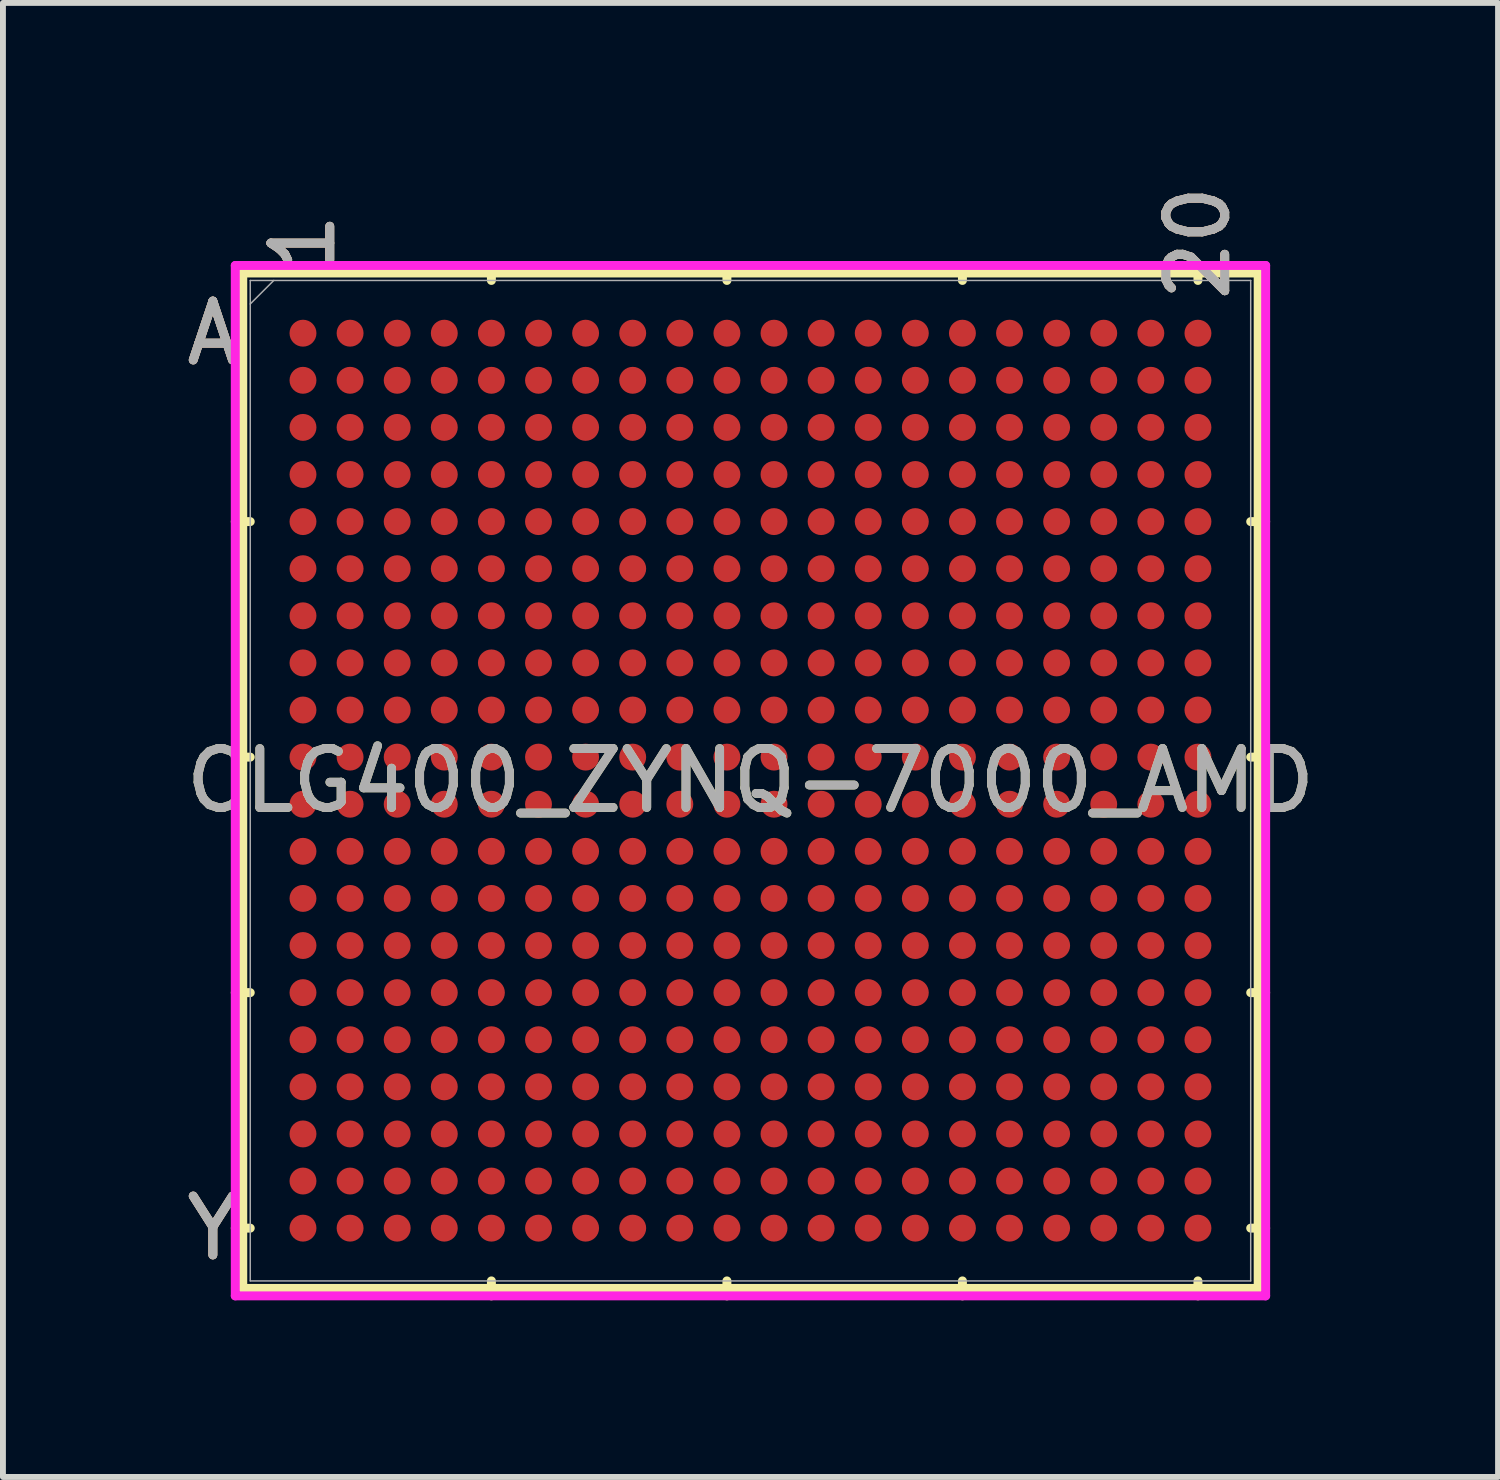
<source format=kicad_pcb>
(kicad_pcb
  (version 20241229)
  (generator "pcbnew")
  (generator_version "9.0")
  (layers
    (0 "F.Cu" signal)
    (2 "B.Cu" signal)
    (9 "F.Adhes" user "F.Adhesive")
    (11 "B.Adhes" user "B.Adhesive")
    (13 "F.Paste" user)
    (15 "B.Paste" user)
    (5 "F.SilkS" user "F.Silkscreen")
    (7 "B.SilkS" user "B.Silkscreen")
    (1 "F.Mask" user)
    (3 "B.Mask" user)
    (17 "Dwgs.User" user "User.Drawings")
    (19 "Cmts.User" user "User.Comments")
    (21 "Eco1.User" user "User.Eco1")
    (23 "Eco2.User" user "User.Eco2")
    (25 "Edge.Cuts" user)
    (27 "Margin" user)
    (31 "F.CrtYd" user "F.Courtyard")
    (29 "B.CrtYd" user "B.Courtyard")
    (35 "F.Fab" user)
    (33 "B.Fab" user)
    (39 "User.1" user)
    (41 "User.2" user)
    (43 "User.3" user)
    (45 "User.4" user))
  (footprint "CLG400_ZYNQ-7000_AMD"
    (layer "F.Cu")
    (at 9.696 10.209)
    (property "Reference" "CLG400_ZYNQ-7000_AMD" (at 0 0 0) (unlocked yes) (layer "F.SilkS") (effects (font (size 1 1) (thickness 0.15))))
    (attr smd)
    (fp_line (start -8.623 -8.623) (end -8.623 8.623) (stroke (width 0.152) (type solid)) (layer "F.SilkS"))
    (fp_line (start -8.623 8.623) (end 8.623 8.623) (stroke (width 0.152) (type solid)) (layer "F.SilkS"))
    (fp_line (start -8.496 -4.4) (end -8.75 -4.4) (stroke (width 0.152) (type solid)) (layer "F.SilkS"))
    (fp_line (start -8.496 -0.4) (end -8.75 -0.4) (stroke (width 0.152) (type solid)) (layer "F.SilkS"))
    (fp_line (start -8.496 3.6) (end -8.75 3.6) (stroke (width 0.152) (type solid)) (layer "F.SilkS"))
    (fp_line (start -8.496 7.6) (end -8.75 7.6) (stroke (width 0.152) (type solid)) (layer "F.SilkS"))
    (fp_line (start -4.4 -8.496) (end -4.4 -8.75) (stroke (width 0.152) (type solid)) (layer "F.SilkS"))
    (fp_line (start -4.4 8.496) (end -4.4 8.75) (stroke (width 0.152) (type solid)) (layer "F.SilkS"))
    (fp_line (start -0.4 -8.496) (end -0.4 -8.75) (stroke (width 0.152) (type solid)) (layer "F.SilkS"))
    (fp_line (start -0.4 8.496) (end -0.4 8.75) (stroke (width 0.152) (type solid)) (layer "F.SilkS"))
    (fp_line (start 3.6 -8.496) (end 3.6 -8.75) (stroke (width 0.152) (type solid)) (layer "F.SilkS"))
    (fp_line (start 3.6 8.496) (end 3.6 8.75) (stroke (width 0.152) (type solid)) (layer "F.SilkS"))
    (fp_line (start 7.6 -8.496) (end 7.6 -8.75) (stroke (width 0.152) (type solid)) (layer "F.SilkS"))
    (fp_line (start 7.6 8.496) (end 7.6 8.75) (stroke (width 0.152) (type solid)) (layer "F.SilkS"))
    (fp_line (start 8.496 -4.4) (end 8.75 -4.4) (stroke (width 0.152) (type solid)) (layer "F.SilkS"))
    (fp_line (start 8.496 -0.4) (end 8.75 -0.4) (stroke (width 0.152) (type solid)) (layer "F.SilkS"))
    (fp_line (start 8.496 3.6) (end 8.75 3.6) (stroke (width 0.152) (type solid)) (layer "F.SilkS"))
    (fp_line (start 8.496 7.6) (end 8.75 7.6) (stroke (width 0.152) (type solid)) (layer "F.SilkS"))
    (fp_line (start 8.623 -8.623) (end -8.623 -8.623) (stroke (width 0.152) (type solid)) (layer "F.SilkS"))
    (fp_line (start 8.623 8.623) (end 8.623 -8.623) (stroke (width 0.152) (type solid)) (layer "F.SilkS"))
    (fp_line (start -8.75 -8.75) (end 8.75 -8.75) (stroke (width 0.152) (type solid)) (layer "F.CrtYd"))
    (fp_line (start -8.75 8.75) (end -8.75 -8.75) (stroke (width 0.152) (type solid)) (layer "F.CrtYd"))
    (fp_line (start 8.75 -8.75) (end 8.75 8.75) (stroke (width 0.152) (type solid)) (layer "F.CrtYd"))
    (fp_line (start 8.75 8.75) (end -8.75 8.75) (stroke (width 0.152) (type solid)) (layer "F.CrtYd"))
    (fp_line (start -8.496 -8.496) (end -8.496 8.496) (stroke (width 0.025) (type solid)) (layer "F.Fab"))
    (fp_line (start -8.496 8.496) (end 8.496 8.496) (stroke (width 0.025) (type solid)) (layer "F.Fab"))
    (fp_line (start -8.096 -8.496) (end -8.496 -8.096) (stroke (width 0.025) (type solid)) (layer "F.Fab"))
    (fp_line (start 8.496 -8.496) (end -8.496 -8.496) (stroke (width 0.025) (type solid)) (layer "F.Fab"))
    (fp_line (start 8.496 8.496) (end 8.496 -8.496) (stroke (width 0.025) (type solid)) (layer "F.Fab"))
    (fp_text user "Y" (at -9.131 7.6 0) (unlocked yes) (layer "F.SilkS") (effects (font (size 1 1) (thickness 0.15))))
    (fp_text user "20" (at 7.6 -9.131 90) (unlocked yes) (layer "F.SilkS") (effects (font (size 1 1) (thickness 0.15))))
    (fp_text user "1" (at -7.6 -9.131 90) (unlocked yes) (layer "F.SilkS") (effects (font (size 1 1) (thickness 0.15))))
    (fp_text user "A" (at -9.131 -7.6 0) (unlocked yes) (layer "F.SilkS") (effects (font (size 1 1) (thickness 0.15))))
    (fp_text user "Y" (at -9.131 7.6 0) (unlocked yes) (layer "B.SilkS") (effects (font (size 1 1) (thickness 0.15))))
    (fp_text user "20" (at 7.6 -9.131 90) (unlocked yes) (layer "B.SilkS") (effects (font (size 1 1) (thickness 0.15))))
    (fp_text user "1" (at -7.6 -9.131 90) (unlocked yes) (layer "B.SilkS") (effects (font (size 1 1) (thickness 0.15))))
    (fp_text user "A" (at -9.131 -7.6 0) (unlocked yes) (layer "B.SilkS") (effects (font (size 1 1) (thickness 0.15))))
    (fp_text user "${REFERENCE}" (at 0 0 0) (unlocked yes) (layer "F.Fab") (effects (font (size 1 1) (thickness 0.15))))
    (fp_text user "20" (at 7.6 -9.131 90) (unlocked yes) (layer "F.Fab") (effects (font (size 1 1) (thickness 0.15))))
    (fp_text user "1" (at -7.6 -9.131 90) (unlocked yes) (layer "F.Fab") (effects (font (size 1 1) (thickness 0.15))))
    (fp_text user "Y" (at -9.131 7.6 0) (unlocked yes) (layer "F.Fab") (effects (font (size 1 1) (thickness 0.15))))
    (fp_text user "A" (at -9.131 -7.6 0) (unlocked yes) (layer "F.Fab") (effects (font (size 1 1) (thickness 0.15))))
    (pad "A1" smd circle (at -7.6 -7.6) (size 0.457 0.457) (layers "F.Cu" "F.Mask" "F.Paste"))
    (pad "A2" smd circle (at -6.8 -7.6) (size 0.457 0.457) (layers "F.Cu" "F.Mask" "F.Paste"))
    (pad "A3" smd circle (at -6 -7.6) (size 0.457 0.457) (layers "F.Cu" "F.Mask" "F.Paste"))
    (pad "A4" smd circle (at -5.2 -7.6) (size 0.457 0.457) (layers "F.Cu" "F.Mask" "F.Paste"))
    (pad "A5" smd circle (at -4.4 -7.6) (size 0.457 0.457) (layers "F.Cu" "F.Mask" "F.Paste"))
    (pad "A6" smd circle (at -3.6 -7.6) (size 0.457 0.457) (layers "F.Cu" "F.Mask" "F.Paste"))
    (pad "A7" smd circle (at -2.8 -7.6) (size 0.457 0.457) (layers "F.Cu" "F.Mask" "F.Paste"))
    (pad "A8" smd circle (at -2 -7.6) (size 0.457 0.457) (layers "F.Cu" "F.Mask" "F.Paste"))
    (pad "A9" smd circle (at -1.2 -7.6) (size 0.457 0.457) (layers "F.Cu" "F.Mask" "F.Paste"))
    (pad "A10" smd circle (at -0.4 -7.6) (size 0.457 0.457) (layers "F.Cu" "F.Mask" "F.Paste"))
    (pad "A11" smd circle (at 0.4 -7.6) (size 0.457 0.457) (layers "F.Cu" "F.Mask" "F.Paste"))
    (pad "A12" smd circle (at 1.2 -7.6) (size 0.457 0.457) (layers "F.Cu" "F.Mask" "F.Paste"))
    (pad "A13" smd circle (at 2 -7.6) (size 0.457 0.457) (layers "F.Cu" "F.Mask" "F.Paste"))
    (pad "A14" smd circle (at 2.8 -7.6) (size 0.457 0.457) (layers "F.Cu" "F.Mask" "F.Paste"))
    (pad "A15" smd circle (at 3.6 -7.6) (size 0.457 0.457) (layers "F.Cu" "F.Mask" "F.Paste"))
    (pad "A16" smd circle (at 4.4 -7.6) (size 0.457 0.457) (layers "F.Cu" "F.Mask" "F.Paste"))
    (pad "A17" smd circle (at 5.2 -7.6) (size 0.457 0.457) (layers "F.Cu" "F.Mask" "F.Paste"))
    (pad "A18" smd circle (at 6 -7.6) (size 0.457 0.457) (layers "F.Cu" "F.Mask" "F.Paste"))
    (pad "A19" smd circle (at 6.8 -7.6) (size 0.457 0.457) (layers "F.Cu" "F.Mask" "F.Paste"))
    (pad "A20" smd circle (at 7.6 -7.6) (size 0.457 0.457) (layers "F.Cu" "F.Mask" "F.Paste"))
    (pad "B1" smd circle (at -7.6 -6.8) (size 0.457 0.457) (layers "F.Cu" "F.Mask" "F.Paste"))
    (pad "B2" smd circle (at -6.8 -6.8) (size 0.457 0.457) (layers "F.Cu" "F.Mask" "F.Paste"))
    (pad "B3" smd circle (at -6 -6.8) (size 0.457 0.457) (layers "F.Cu" "F.Mask" "F.Paste"))
    (pad "B4" smd circle (at -5.2 -6.8) (size 0.457 0.457) (layers "F.Cu" "F.Mask" "F.Paste"))
    (pad "B5" smd circle (at -4.4 -6.8) (size 0.457 0.457) (layers "F.Cu" "F.Mask" "F.Paste"))
    (pad "B6" smd circle (at -3.6 -6.8) (size 0.457 0.457) (layers "F.Cu" "F.Mask" "F.Paste"))
    (pad "B7" smd circle (at -2.8 -6.8) (size 0.457 0.457) (layers "F.Cu" "F.Mask" "F.Paste"))
    (pad "B8" smd circle (at -2 -6.8) (size 0.457 0.457) (layers "F.Cu" "F.Mask" "F.Paste"))
    (pad "B9" smd circle (at -1.2 -6.8) (size 0.457 0.457) (layers "F.Cu" "F.Mask" "F.Paste"))
    (pad "B10" smd circle (at -0.4 -6.8) (size 0.457 0.457) (layers "F.Cu" "F.Mask" "F.Paste"))
    (pad "B11" smd circle (at 0.4 -6.8) (size 0.457 0.457) (layers "F.Cu" "F.Mask" "F.Paste"))
    (pad "B12" smd circle (at 1.2 -6.8) (size 0.457 0.457) (layers "F.Cu" "F.Mask" "F.Paste"))
    (pad "B13" smd circle (at 2 -6.8) (size 0.457 0.457) (layers "F.Cu" "F.Mask" "F.Paste"))
    (pad "B14" smd circle (at 2.8 -6.8) (size 0.457 0.457) (layers "F.Cu" "F.Mask" "F.Paste"))
    (pad "B15" smd circle (at 3.6 -6.8) (size 0.457 0.457) (layers "F.Cu" "F.Mask" "F.Paste"))
    (pad "B16" smd circle (at 4.4 -6.8) (size 0.457 0.457) (layers "F.Cu" "F.Mask" "F.Paste"))
    (pad "B17" smd circle (at 5.2 -6.8) (size 0.457 0.457) (layers "F.Cu" "F.Mask" "F.Paste"))
    (pad "B18" smd circle (at 6 -6.8) (size 0.457 0.457) (layers "F.Cu" "F.Mask" "F.Paste"))
    (pad "B19" smd circle (at 6.8 -6.8) (size 0.457 0.457) (layers "F.Cu" "F.Mask" "F.Paste"))
    (pad "B20" smd circle (at 7.6 -6.8) (size 0.457 0.457) (layers "F.Cu" "F.Mask" "F.Paste"))
    (pad "C1" smd circle (at -7.6 -6) (size 0.457 0.457) (layers "F.Cu" "F.Mask" "F.Paste"))
    (pad "C2" smd circle (at -6.8 -6) (size 0.457 0.457) (layers "F.Cu" "F.Mask" "F.Paste"))
    (pad "C3" smd circle (at -6 -6) (size 0.457 0.457) (layers "F.Cu" "F.Mask" "F.Paste"))
    (pad "C4" smd circle (at -5.2 -6) (size 0.457 0.457) (layers "F.Cu" "F.Mask" "F.Paste"))
    (pad "C5" smd circle (at -4.4 -6) (size 0.457 0.457) (layers "F.Cu" "F.Mask" "F.Paste"))
    (pad "C6" smd circle (at -3.6 -6) (size 0.457 0.457) (layers "F.Cu" "F.Mask" "F.Paste"))
    (pad "C7" smd circle (at -2.8 -6) (size 0.457 0.457) (layers "F.Cu" "F.Mask" "F.Paste"))
    (pad "C8" smd circle (at -2 -6) (size 0.457 0.457) (layers "F.Cu" "F.Mask" "F.Paste"))
    (pad "C9" smd circle (at -1.2 -6) (size 0.457 0.457) (layers "F.Cu" "F.Mask" "F.Paste"))
    (pad "C10" smd circle (at -0.4 -6) (size 0.457 0.457) (layers "F.Cu" "F.Mask" "F.Paste"))
    (pad "C11" smd circle (at 0.4 -6) (size 0.457 0.457) (layers "F.Cu" "F.Mask" "F.Paste"))
    (pad "C12" smd circle (at 1.2 -6) (size 0.457 0.457) (layers "F.Cu" "F.Mask" "F.Paste"))
    (pad "C13" smd circle (at 2 -6) (size 0.457 0.457) (layers "F.Cu" "F.Mask" "F.Paste"))
    (pad "C14" smd circle (at 2.8 -6) (size 0.457 0.457) (layers "F.Cu" "F.Mask" "F.Paste"))
    (pad "C15" smd circle (at 3.6 -6) (size 0.457 0.457) (layers "F.Cu" "F.Mask" "F.Paste"))
    (pad "C16" smd circle (at 4.4 -6) (size 0.457 0.457) (layers "F.Cu" "F.Mask" "F.Paste"))
    (pad "C17" smd circle (at 5.2 -6) (size 0.457 0.457) (layers "F.Cu" "F.Mask" "F.Paste"))
    (pad "C18" smd circle (at 6 -6) (size 0.457 0.457) (layers "F.Cu" "F.Mask" "F.Paste"))
    (pad "C19" smd circle (at 6.8 -6) (size 0.457 0.457) (layers "F.Cu" "F.Mask" "F.Paste"))
    (pad "C20" smd circle (at 7.6 -6) (size 0.457 0.457) (layers "F.Cu" "F.Mask" "F.Paste"))
    (pad "D1" smd circle (at -7.6 -5.2) (size 0.457 0.457) (layers "F.Cu" "F.Mask" "F.Paste"))
    (pad "D2" smd circle (at -6.8 -5.2) (size 0.457 0.457) (layers "F.Cu" "F.Mask" "F.Paste"))
    (pad "D3" smd circle (at -6 -5.2) (size 0.457 0.457) (layers "F.Cu" "F.Mask" "F.Paste"))
    (pad "D4" smd circle (at -5.2 -5.2) (size 0.457 0.457) (layers "F.Cu" "F.Mask" "F.Paste"))
    (pad "D5" smd circle (at -4.4 -5.2) (size 0.457 0.457) (layers "F.Cu" "F.Mask" "F.Paste"))
    (pad "D6" smd circle (at -3.6 -5.2) (size 0.457 0.457) (layers "F.Cu" "F.Mask" "F.Paste"))
    (pad "D7" smd circle (at -2.8 -5.2) (size 0.457 0.457) (layers "F.Cu" "F.Mask" "F.Paste"))
    (pad "D8" smd circle (at -2 -5.2) (size 0.457 0.457) (layers "F.Cu" "F.Mask" "F.Paste"))
    (pad "D9" smd circle (at -1.2 -5.2) (size 0.457 0.457) (layers "F.Cu" "F.Mask" "F.Paste"))
    (pad "D10" smd circle (at -0.4 -5.2) (size 0.457 0.457) (layers "F.Cu" "F.Mask" "F.Paste"))
    (pad "D11" smd circle (at 0.4 -5.2) (size 0.457 0.457) (layers "F.Cu" "F.Mask" "F.Paste"))
    (pad "D12" smd circle (at 1.2 -5.2) (size 0.457 0.457) (layers "F.Cu" "F.Mask" "F.Paste"))
    (pad "D13" smd circle (at 2 -5.2) (size 0.457 0.457) (layers "F.Cu" "F.Mask" "F.Paste"))
    (pad "D14" smd circle (at 2.8 -5.2) (size 0.457 0.457) (layers "F.Cu" "F.Mask" "F.Paste"))
    (pad "D15" smd circle (at 3.6 -5.2) (size 0.457 0.457) (layers "F.Cu" "F.Mask" "F.Paste"))
    (pad "D16" smd circle (at 4.4 -5.2) (size 0.457 0.457) (layers "F.Cu" "F.Mask" "F.Paste"))
    (pad "D17" smd circle (at 5.2 -5.2) (size 0.457 0.457) (layers "F.Cu" "F.Mask" "F.Paste"))
    (pad "D18" smd circle (at 6 -5.2) (size 0.457 0.457) (layers "F.Cu" "F.Mask" "F.Paste"))
    (pad "D19" smd circle (at 6.8 -5.2) (size 0.457 0.457) (layers "F.Cu" "F.Mask" "F.Paste"))
    (pad "D20" smd circle (at 7.6 -5.2) (size 0.457 0.457) (layers "F.Cu" "F.Mask" "F.Paste"))
    (pad "E1" smd circle (at -7.6 -4.4) (size 0.457 0.457) (layers "F.Cu" "F.Mask" "F.Paste"))
    (pad "E2" smd circle (at -6.8 -4.4) (size 0.457 0.457) (layers "F.Cu" "F.Mask" "F.Paste"))
    (pad "E3" smd circle (at -6 -4.4) (size 0.457 0.457) (layers "F.Cu" "F.Mask" "F.Paste"))
    (pad "E4" smd circle (at -5.2 -4.4) (size 0.457 0.457) (layers "F.Cu" "F.Mask" "F.Paste"))
    (pad "E5" smd circle (at -4.4 -4.4) (size 0.457 0.457) (layers "F.Cu" "F.Mask" "F.Paste"))
    (pad "E6" smd circle (at -3.6 -4.4) (size 0.457 0.457) (layers "F.Cu" "F.Mask" "F.Paste"))
    (pad "E7" smd circle (at -2.8 -4.4) (size 0.457 0.457) (layers "F.Cu" "F.Mask" "F.Paste"))
    (pad "E8" smd circle (at -2 -4.4) (size 0.457 0.457) (layers "F.Cu" "F.Mask" "F.Paste"))
    (pad "E9" smd circle (at -1.2 -4.4) (size 0.457 0.457) (layers "F.Cu" "F.Mask" "F.Paste"))
    (pad "E10" smd circle (at -0.4 -4.4) (size 0.457 0.457) (layers "F.Cu" "F.Mask" "F.Paste"))
    (pad "E11" smd circle (at 0.4 -4.4) (size 0.457 0.457) (layers "F.Cu" "F.Mask" "F.Paste"))
    (pad "E12" smd circle (at 1.2 -4.4) (size 0.457 0.457) (layers "F.Cu" "F.Mask" "F.Paste"))
    (pad "E13" smd circle (at 2 -4.4) (size 0.457 0.457) (layers "F.Cu" "F.Mask" "F.Paste"))
    (pad "E14" smd circle (at 2.8 -4.4) (size 0.457 0.457) (layers "F.Cu" "F.Mask" "F.Paste"))
    (pad "E15" smd circle (at 3.6 -4.4) (size 0.457 0.457) (layers "F.Cu" "F.Mask" "F.Paste"))
    (pad "E16" smd circle (at 4.4 -4.4) (size 0.457 0.457) (layers "F.Cu" "F.Mask" "F.Paste"))
    (pad "E17" smd circle (at 5.2 -4.4) (size 0.457 0.457) (layers "F.Cu" "F.Mask" "F.Paste"))
    (pad "E18" smd circle (at 6 -4.4) (size 0.457 0.457) (layers "F.Cu" "F.Mask" "F.Paste"))
    (pad "E19" smd circle (at 6.8 -4.4) (size 0.457 0.457) (layers "F.Cu" "F.Mask" "F.Paste"))
    (pad "E20" smd circle (at 7.6 -4.4) (size 0.457 0.457) (layers "F.Cu" "F.Mask" "F.Paste"))
    (pad "F1" smd circle (at -7.6 -3.6) (size 0.457 0.457) (layers "F.Cu" "F.Mask" "F.Paste"))
    (pad "F2" smd circle (at -6.8 -3.6) (size 0.457 0.457) (layers "F.Cu" "F.Mask" "F.Paste"))
    (pad "F3" smd circle (at -6 -3.6) (size 0.457 0.457) (layers "F.Cu" "F.Mask" "F.Paste"))
    (pad "F4" smd circle (at -5.2 -3.6) (size 0.457 0.457) (layers "F.Cu" "F.Mask" "F.Paste"))
    (pad "F5" smd circle (at -4.4 -3.6) (size 0.457 0.457) (layers "F.Cu" "F.Mask" "F.Paste"))
    (pad "F6" smd circle (at -3.6 -3.6) (size 0.457 0.457) (layers "F.Cu" "F.Mask" "F.Paste"))
    (pad "F7" smd circle (at -2.8 -3.6) (size 0.457 0.457) (layers "F.Cu" "F.Mask" "F.Paste"))
    (pad "F8" smd circle (at -2 -3.6) (size 0.457 0.457) (layers "F.Cu" "F.Mask" "F.Paste"))
    (pad "F9" smd circle (at -1.2 -3.6) (size 0.457 0.457) (layers "F.Cu" "F.Mask" "F.Paste"))
    (pad "F10" smd circle (at -0.4 -3.6) (size 0.457 0.457) (layers "F.Cu" "F.Mask" "F.Paste"))
    (pad "F11" smd circle (at 0.4 -3.6) (size 0.457 0.457) (layers "F.Cu" "F.Mask" "F.Paste"))
    (pad "F12" smd circle (at 1.2 -3.6) (size 0.457 0.457) (layers "F.Cu" "F.Mask" "F.Paste"))
    (pad "F13" smd circle (at 2 -3.6) (size 0.457 0.457) (layers "F.Cu" "F.Mask" "F.Paste"))
    (pad "F14" smd circle (at 2.8 -3.6) (size 0.457 0.457) (layers "F.Cu" "F.Mask" "F.Paste"))
    (pad "F15" smd circle (at 3.6 -3.6) (size 0.457 0.457) (layers "F.Cu" "F.Mask" "F.Paste"))
    (pad "F16" smd circle (at 4.4 -3.6) (size 0.457 0.457) (layers "F.Cu" "F.Mask" "F.Paste"))
    (pad "F17" smd circle (at 5.2 -3.6) (size 0.457 0.457) (layers "F.Cu" "F.Mask" "F.Paste"))
    (pad "F18" smd circle (at 6 -3.6) (size 0.457 0.457) (layers "F.Cu" "F.Mask" "F.Paste"))
    (pad "F19" smd circle (at 6.8 -3.6) (size 0.457 0.457) (layers "F.Cu" "F.Mask" "F.Paste"))
    (pad "F20" smd circle (at 7.6 -3.6) (size 0.457 0.457) (layers "F.Cu" "F.Mask" "F.Paste"))
    (pad "G1" smd circle (at -7.6 -2.8) (size 0.457 0.457) (layers "F.Cu" "F.Mask" "F.Paste"))
    (pad "G2" smd circle (at -6.8 -2.8) (size 0.457 0.457) (layers "F.Cu" "F.Mask" "F.Paste"))
    (pad "G3" smd circle (at -6 -2.8) (size 0.457 0.457) (layers "F.Cu" "F.Mask" "F.Paste"))
    (pad "G4" smd circle (at -5.2 -2.8) (size 0.457 0.457) (layers "F.Cu" "F.Mask" "F.Paste"))
    (pad "G5" smd circle (at -4.4 -2.8) (size 0.457 0.457) (layers "F.Cu" "F.Mask" "F.Paste"))
    (pad "G6" smd circle (at -3.6 -2.8) (size 0.457 0.457) (layers "F.Cu" "F.Mask" "F.Paste"))
    (pad "G7" smd circle (at -2.8 -2.8) (size 0.457 0.457) (layers "F.Cu" "F.Mask" "F.Paste"))
    (pad "G8" smd circle (at -2 -2.8) (size 0.457 0.457) (layers "F.Cu" "F.Mask" "F.Paste"))
    (pad "G9" smd circle (at -1.2 -2.8) (size 0.457 0.457) (layers "F.Cu" "F.Mask" "F.Paste"))
    (pad "G10" smd circle (at -0.4 -2.8) (size 0.457 0.457) (layers "F.Cu" "F.Mask" "F.Paste"))
    (pad "G11" smd circle (at 0.4 -2.8) (size 0.457 0.457) (layers "F.Cu" "F.Mask" "F.Paste"))
    (pad "G12" smd circle (at 1.2 -2.8) (size 0.457 0.457) (layers "F.Cu" "F.Mask" "F.Paste"))
    (pad "G13" smd circle (at 2 -2.8) (size 0.457 0.457) (layers "F.Cu" "F.Mask" "F.Paste"))
    (pad "G14" smd circle (at 2.8 -2.8) (size 0.457 0.457) (layers "F.Cu" "F.Mask" "F.Paste"))
    (pad "G15" smd circle (at 3.6 -2.8) (size 0.457 0.457) (layers "F.Cu" "F.Mask" "F.Paste"))
    (pad "G16" smd circle (at 4.4 -2.8) (size 0.457 0.457) (layers "F.Cu" "F.Mask" "F.Paste"))
    (pad "G17" smd circle (at 5.2 -2.8) (size 0.457 0.457) (layers "F.Cu" "F.Mask" "F.Paste"))
    (pad "G18" smd circle (at 6 -2.8) (size 0.457 0.457) (layers "F.Cu" "F.Mask" "F.Paste"))
    (pad "G19" smd circle (at 6.8 -2.8) (size 0.457 0.457) (layers "F.Cu" "F.Mask" "F.Paste"))
    (pad "G20" smd circle (at 7.6 -2.8) (size 0.457 0.457) (layers "F.Cu" "F.Mask" "F.Paste"))
    (pad "H1" smd circle (at -7.6 -2) (size 0.457 0.457) (layers "F.Cu" "F.Mask" "F.Paste"))
    (pad "H2" smd circle (at -6.8 -2) (size 0.457 0.457) (layers "F.Cu" "F.Mask" "F.Paste"))
    (pad "H3" smd circle (at -6 -2) (size 0.457 0.457) (layers "F.Cu" "F.Mask" "F.Paste"))
    (pad "H4" smd circle (at -5.2 -2) (size 0.457 0.457) (layers "F.Cu" "F.Mask" "F.Paste"))
    (pad "H5" smd circle (at -4.4 -2) (size 0.457 0.457) (layers "F.Cu" "F.Mask" "F.Paste"))
    (pad "H6" smd circle (at -3.6 -2) (size 0.457 0.457) (layers "F.Cu" "F.Mask" "F.Paste"))
    (pad "H7" smd circle (at -2.8 -2) (size 0.457 0.457) (layers "F.Cu" "F.Mask" "F.Paste"))
    (pad "H8" smd circle (at -2 -2) (size 0.457 0.457) (layers "F.Cu" "F.Mask" "F.Paste"))
    (pad "H9" smd circle (at -1.2 -2) (size 0.457 0.457) (layers "F.Cu" "F.Mask" "F.Paste"))
    (pad "H10" smd circle (at -0.4 -2) (size 0.457 0.457) (layers "F.Cu" "F.Mask" "F.Paste"))
    (pad "H11" smd circle (at 0.4 -2) (size 0.457 0.457) (layers "F.Cu" "F.Mask" "F.Paste"))
    (pad "H12" smd circle (at 1.2 -2) (size 0.457 0.457) (layers "F.Cu" "F.Mask" "F.Paste"))
    (pad "H13" smd circle (at 2 -2) (size 0.457 0.457) (layers "F.Cu" "F.Mask" "F.Paste"))
    (pad "H14" smd circle (at 2.8 -2) (size 0.457 0.457) (layers "F.Cu" "F.Mask" "F.Paste"))
    (pad "H15" smd circle (at 3.6 -2) (size 0.457 0.457) (layers "F.Cu" "F.Mask" "F.Paste"))
    (pad "H16" smd circle (at 4.4 -2) (size 0.457 0.457) (layers "F.Cu" "F.Mask" "F.Paste"))
    (pad "H17" smd circle (at 5.2 -2) (size 0.457 0.457) (layers "F.Cu" "F.Mask" "F.Paste"))
    (pad "H18" smd circle (at 6 -2) (size 0.457 0.457) (layers "F.Cu" "F.Mask" "F.Paste"))
    (pad "H19" smd circle (at 6.8 -2) (size 0.457 0.457) (layers "F.Cu" "F.Mask" "F.Paste"))
    (pad "H20" smd circle (at 7.6 -2) (size 0.457 0.457) (layers "F.Cu" "F.Mask" "F.Paste"))
    (pad "J1" smd circle (at -7.6 -1.2) (size 0.457 0.457) (layers "F.Cu" "F.Mask" "F.Paste"))
    (pad "J2" smd circle (at -6.8 -1.2) (size 0.457 0.457) (layers "F.Cu" "F.Mask" "F.Paste"))
    (pad "J3" smd circle (at -6 -1.2) (size 0.457 0.457) (layers "F.Cu" "F.Mask" "F.Paste"))
    (pad "J4" smd circle (at -5.2 -1.2) (size 0.457 0.457) (layers "F.Cu" "F.Mask" "F.Paste"))
    (pad "J5" smd circle (at -4.4 -1.2) (size 0.457 0.457) (layers "F.Cu" "F.Mask" "F.Paste"))
    (pad "J6" smd circle (at -3.6 -1.2) (size 0.457 0.457) (layers "F.Cu" "F.Mask" "F.Paste"))
    (pad "J7" smd circle (at -2.8 -1.2) (size 0.457 0.457) (layers "F.Cu" "F.Mask" "F.Paste"))
    (pad "J8" smd circle (at -2 -1.2) (size 0.457 0.457) (layers "F.Cu" "F.Mask" "F.Paste"))
    (pad "J9" smd circle (at -1.2 -1.2) (size 0.457 0.457) (layers "F.Cu" "F.Mask" "F.Paste"))
    (pad "J10" smd circle (at -0.4 -1.2) (size 0.457 0.457) (layers "F.Cu" "F.Mask" "F.Paste"))
    (pad "J11" smd circle (at 0.4 -1.2) (size 0.457 0.457) (layers "F.Cu" "F.Mask" "F.Paste"))
    (pad "J12" smd circle (at 1.2 -1.2) (size 0.457 0.457) (layers "F.Cu" "F.Mask" "F.Paste"))
    (pad "J13" smd circle (at 2 -1.2) (size 0.457 0.457) (layers "F.Cu" "F.Mask" "F.Paste"))
    (pad "J14" smd circle (at 2.8 -1.2) (size 0.457 0.457) (layers "F.Cu" "F.Mask" "F.Paste"))
    (pad "J15" smd circle (at 3.6 -1.2) (size 0.457 0.457) (layers "F.Cu" "F.Mask" "F.Paste"))
    (pad "J16" smd circle (at 4.4 -1.2) (size 0.457 0.457) (layers "F.Cu" "F.Mask" "F.Paste"))
    (pad "J17" smd circle (at 5.2 -1.2) (size 0.457 0.457) (layers "F.Cu" "F.Mask" "F.Paste"))
    (pad "J18" smd circle (at 6 -1.2) (size 0.457 0.457) (layers "F.Cu" "F.Mask" "F.Paste"))
    (pad "J19" smd circle (at 6.8 -1.2) (size 0.457 0.457) (layers "F.Cu" "F.Mask" "F.Paste"))
    (pad "J20" smd circle (at 7.6 -1.2) (size 0.457 0.457) (layers "F.Cu" "F.Mask" "F.Paste"))
    (pad "K1" smd circle (at -7.6 -0.4) (size 0.457 0.457) (layers "F.Cu" "F.Mask" "F.Paste"))
    (pad "K2" smd circle (at -6.8 -0.4) (size 0.457 0.457) (layers "F.Cu" "F.Mask" "F.Paste"))
    (pad "K3" smd circle (at -6 -0.4) (size 0.457 0.457) (layers "F.Cu" "F.Mask" "F.Paste"))
    (pad "K4" smd circle (at -5.2 -0.4) (size 0.457 0.457) (layers "F.Cu" "F.Mask" "F.Paste"))
    (pad "K5" smd circle (at -4.4 -0.4) (size 0.457 0.457) (layers "F.Cu" "F.Mask" "F.Paste"))
    (pad "K6" smd circle (at -3.6 -0.4) (size 0.457 0.457) (layers "F.Cu" "F.Mask" "F.Paste"))
    (pad "K7" smd circle (at -2.8 -0.4) (size 0.457 0.457) (layers "F.Cu" "F.Mask" "F.Paste"))
    (pad "K8" smd circle (at -2 -0.4) (size 0.457 0.457) (layers "F.Cu" "F.Mask" "F.Paste"))
    (pad "K9" smd circle (at -1.2 -0.4) (size 0.457 0.457) (layers "F.Cu" "F.Mask" "F.Paste"))
    (pad "K10" smd circle (at -0.4 -0.4) (size 0.457 0.457) (layers "F.Cu" "F.Mask" "F.Paste"))
    (pad "K11" smd circle (at 0.4 -0.4) (size 0.457 0.457) (layers "F.Cu" "F.Mask" "F.Paste"))
    (pad "K12" smd circle (at 1.2 -0.4) (size 0.457 0.457) (layers "F.Cu" "F.Mask" "F.Paste"))
    (pad "K13" smd circle (at 2 -0.4) (size 0.457 0.457) (layers "F.Cu" "F.Mask" "F.Paste"))
    (pad "K14" smd circle (at 2.8 -0.4) (size 0.457 0.457) (layers "F.Cu" "F.Mask" "F.Paste"))
    (pad "K15" smd circle (at 3.6 -0.4) (size 0.457 0.457) (layers "F.Cu" "F.Mask" "F.Paste"))
    (pad "K16" smd circle (at 4.4 -0.4) (size 0.457 0.457) (layers "F.Cu" "F.Mask" "F.Paste"))
    (pad "K17" smd circle (at 5.2 -0.4) (size 0.457 0.457) (layers "F.Cu" "F.Mask" "F.Paste"))
    (pad "K18" smd circle (at 6 -0.4) (size 0.457 0.457) (layers "F.Cu" "F.Mask" "F.Paste"))
    (pad "K19" smd circle (at 6.8 -0.4) (size 0.457 0.457) (layers "F.Cu" "F.Mask" "F.Paste"))
    (pad "K20" smd circle (at 7.6 -0.4) (size 0.457 0.457) (layers "F.Cu" "F.Mask" "F.Paste"))
    (pad "L1" smd circle (at -7.6 0.4) (size 0.457 0.457) (layers "F.Cu" "F.Mask" "F.Paste"))
    (pad "L2" smd circle (at -6.8 0.4) (size 0.457 0.457) (layers "F.Cu" "F.Mask" "F.Paste"))
    (pad "L3" smd circle (at -6 0.4) (size 0.457 0.457) (layers "F.Cu" "F.Mask" "F.Paste"))
    (pad "L4" smd circle (at -5.2 0.4) (size 0.457 0.457) (layers "F.Cu" "F.Mask" "F.Paste"))
    (pad "L5" smd circle (at -4.4 0.4) (size 0.457 0.457) (layers "F.Cu" "F.Mask" "F.Paste"))
    (pad "L6" smd circle (at -3.6 0.4) (size 0.457 0.457) (layers "F.Cu" "F.Mask" "F.Paste"))
    (pad "L7" smd circle (at -2.8 0.4) (size 0.457 0.457) (layers "F.Cu" "F.Mask" "F.Paste"))
    (pad "L8" smd circle (at -2 0.4) (size 0.457 0.457) (layers "F.Cu" "F.Mask" "F.Paste"))
    (pad "L9" smd circle (at -1.2 0.4) (size 0.457 0.457) (layers "F.Cu" "F.Mask" "F.Paste"))
    (pad "L10" smd circle (at -0.4 0.4) (size 0.457 0.457) (layers "F.Cu" "F.Mask" "F.Paste"))
    (pad "L11" smd circle (at 0.4 0.4) (size 0.457 0.457) (layers "F.Cu" "F.Mask" "F.Paste"))
    (pad "L12" smd circle (at 1.2 0.4) (size 0.457 0.457) (layers "F.Cu" "F.Mask" "F.Paste"))
    (pad "L13" smd circle (at 2 0.4) (size 0.457 0.457) (layers "F.Cu" "F.Mask" "F.Paste"))
    (pad "L14" smd circle (at 2.8 0.4) (size 0.457 0.457) (layers "F.Cu" "F.Mask" "F.Paste"))
    (pad "L15" smd circle (at 3.6 0.4) (size 0.457 0.457) (layers "F.Cu" "F.Mask" "F.Paste"))
    (pad "L16" smd circle (at 4.4 0.4) (size 0.457 0.457) (layers "F.Cu" "F.Mask" "F.Paste"))
    (pad "L17" smd circle (at 5.2 0.4) (size 0.457 0.457) (layers "F.Cu" "F.Mask" "F.Paste"))
    (pad "L18" smd circle (at 6 0.4) (size 0.457 0.457) (layers "F.Cu" "F.Mask" "F.Paste"))
    (pad "L19" smd circle (at 6.8 0.4) (size 0.457 0.457) (layers "F.Cu" "F.Mask" "F.Paste"))
    (pad "L20" smd circle (at 7.6 0.4) (size 0.457 0.457) (layers "F.Cu" "F.Mask" "F.Paste"))
    (pad "M1" smd circle (at -7.6 1.2) (size 0.457 0.457) (layers "F.Cu" "F.Mask" "F.Paste"))
    (pad "M2" smd circle (at -6.8 1.2) (size 0.457 0.457) (layers "F.Cu" "F.Mask" "F.Paste"))
    (pad "M3" smd circle (at -6 1.2) (size 0.457 0.457) (layers "F.Cu" "F.Mask" "F.Paste"))
    (pad "M4" smd circle (at -5.2 1.2) (size 0.457 0.457) (layers "F.Cu" "F.Mask" "F.Paste"))
    (pad "M5" smd circle (at -4.4 1.2) (size 0.457 0.457) (layers "F.Cu" "F.Mask" "F.Paste"))
    (pad "M6" smd circle (at -3.6 1.2) (size 0.457 0.457) (layers "F.Cu" "F.Mask" "F.Paste"))
    (pad "M7" smd circle (at -2.8 1.2) (size 0.457 0.457) (layers "F.Cu" "F.Mask" "F.Paste"))
    (pad "M8" smd circle (at -2 1.2) (size 0.457 0.457) (layers "F.Cu" "F.Mask" "F.Paste"))
    (pad "M9" smd circle (at -1.2 1.2) (size 0.457 0.457) (layers "F.Cu" "F.Mask" "F.Paste"))
    (pad "M10" smd circle (at -0.4 1.2) (size 0.457 0.457) (layers "F.Cu" "F.Mask" "F.Paste"))
    (pad "M11" smd circle (at 0.4 1.2) (size 0.457 0.457) (layers "F.Cu" "F.Mask" "F.Paste"))
    (pad "M12" smd circle (at 1.2 1.2) (size 0.457 0.457) (layers "F.Cu" "F.Mask" "F.Paste"))
    (pad "M13" smd circle (at 2 1.2) (size 0.457 0.457) (layers "F.Cu" "F.Mask" "F.Paste"))
    (pad "M14" smd circle (at 2.8 1.2) (size 0.457 0.457) (layers "F.Cu" "F.Mask" "F.Paste"))
    (pad "M15" smd circle (at 3.6 1.2) (size 0.457 0.457) (layers "F.Cu" "F.Mask" "F.Paste"))
    (pad "M16" smd circle (at 4.4 1.2) (size 0.457 0.457) (layers "F.Cu" "F.Mask" "F.Paste"))
    (pad "M17" smd circle (at 5.2 1.2) (size 0.457 0.457) (layers "F.Cu" "F.Mask" "F.Paste"))
    (pad "M18" smd circle (at 6 1.2) (size 0.457 0.457) (layers "F.Cu" "F.Mask" "F.Paste"))
    (pad "M19" smd circle (at 6.8 1.2) (size 0.457 0.457) (layers "F.Cu" "F.Mask" "F.Paste"))
    (pad "M20" smd circle (at 7.6 1.2) (size 0.457 0.457) (layers "F.Cu" "F.Mask" "F.Paste"))
    (pad "N1" smd circle (at -7.6 2) (size 0.457 0.457) (layers "F.Cu" "F.Mask" "F.Paste"))
    (pad "N2" smd circle (at -6.8 2) (size 0.457 0.457) (layers "F.Cu" "F.Mask" "F.Paste"))
    (pad "N3" smd circle (at -6 2) (size 0.457 0.457) (layers "F.Cu" "F.Mask" "F.Paste"))
    (pad "N4" smd circle (at -5.2 2) (size 0.457 0.457) (layers "F.Cu" "F.Mask" "F.Paste"))
    (pad "N5" smd circle (at -4.4 2) (size 0.457 0.457) (layers "F.Cu" "F.Mask" "F.Paste"))
    (pad "N6" smd circle (at -3.6 2) (size 0.457 0.457) (layers "F.Cu" "F.Mask" "F.Paste"))
    (pad "N7" smd circle (at -2.8 2) (size 0.457 0.457) (layers "F.Cu" "F.Mask" "F.Paste"))
    (pad "N8" smd circle (at -2 2) (size 0.457 0.457) (layers "F.Cu" "F.Mask" "F.Paste"))
    (pad "N9" smd circle (at -1.2 2) (size 0.457 0.457) (layers "F.Cu" "F.Mask" "F.Paste"))
    (pad "N10" smd circle (at -0.4 2) (size 0.457 0.457) (layers "F.Cu" "F.Mask" "F.Paste"))
    (pad "N11" smd circle (at 0.4 2) (size 0.457 0.457) (layers "F.Cu" "F.Mask" "F.Paste"))
    (pad "N12" smd circle (at 1.2 2) (size 0.457 0.457) (layers "F.Cu" "F.Mask" "F.Paste"))
    (pad "N13" smd circle (at 2 2) (size 0.457 0.457) (layers "F.Cu" "F.Mask" "F.Paste"))
    (pad "N14" smd circle (at 2.8 2) (size 0.457 0.457) (layers "F.Cu" "F.Mask" "F.Paste"))
    (pad "N15" smd circle (at 3.6 2) (size 0.457 0.457) (layers "F.Cu" "F.Mask" "F.Paste"))
    (pad "N16" smd circle (at 4.4 2) (size 0.457 0.457) (layers "F.Cu" "F.Mask" "F.Paste"))
    (pad "N17" smd circle (at 5.2 2) (size 0.457 0.457) (layers "F.Cu" "F.Mask" "F.Paste"))
    (pad "N18" smd circle (at 6 2) (size 0.457 0.457) (layers "F.Cu" "F.Mask" "F.Paste"))
    (pad "N19" smd circle (at 6.8 2) (size 0.457 0.457) (layers "F.Cu" "F.Mask" "F.Paste"))
    (pad "N20" smd circle (at 7.6 2) (size 0.457 0.457) (layers "F.Cu" "F.Mask" "F.Paste"))
    (pad "P1" smd circle (at -7.6 2.8) (size 0.457 0.457) (layers "F.Cu" "F.Mask" "F.Paste"))
    (pad "P2" smd circle (at -6.8 2.8) (size 0.457 0.457) (layers "F.Cu" "F.Mask" "F.Paste"))
    (pad "P3" smd circle (at -6 2.8) (size 0.457 0.457) (layers "F.Cu" "F.Mask" "F.Paste"))
    (pad "P4" smd circle (at -5.2 2.8) (size 0.457 0.457) (layers "F.Cu" "F.Mask" "F.Paste"))
    (pad "P5" smd circle (at -4.4 2.8) (size 0.457 0.457) (layers "F.Cu" "F.Mask" "F.Paste"))
    (pad "P6" smd circle (at -3.6 2.8) (size 0.457 0.457) (layers "F.Cu" "F.Mask" "F.Paste"))
    (pad "P7" smd circle (at -2.8 2.8) (size 0.457 0.457) (layers "F.Cu" "F.Mask" "F.Paste"))
    (pad "P8" smd circle (at -2 2.8) (size 0.457 0.457) (layers "F.Cu" "F.Mask" "F.Paste"))
    (pad "P9" smd circle (at -1.2 2.8) (size 0.457 0.457) (layers "F.Cu" "F.Mask" "F.Paste"))
    (pad "P10" smd circle (at -0.4 2.8) (size 0.457 0.457) (layers "F.Cu" "F.Mask" "F.Paste"))
    (pad "P11" smd circle (at 0.4 2.8) (size 0.457 0.457) (layers "F.Cu" "F.Mask" "F.Paste"))
    (pad "P12" smd circle (at 1.2 2.8) (size 0.457 0.457) (layers "F.Cu" "F.Mask" "F.Paste"))
    (pad "P13" smd circle (at 2 2.8) (size 0.457 0.457) (layers "F.Cu" "F.Mask" "F.Paste"))
    (pad "P14" smd circle (at 2.8 2.8) (size 0.457 0.457) (layers "F.Cu" "F.Mask" "F.Paste"))
    (pad "P15" smd circle (at 3.6 2.8) (size 0.457 0.457) (layers "F.Cu" "F.Mask" "F.Paste"))
    (pad "P16" smd circle (at 4.4 2.8) (size 0.457 0.457) (layers "F.Cu" "F.Mask" "F.Paste"))
    (pad "P17" smd circle (at 5.2 2.8) (size 0.457 0.457) (layers "F.Cu" "F.Mask" "F.Paste"))
    (pad "P18" smd circle (at 6 2.8) (size 0.457 0.457) (layers "F.Cu" "F.Mask" "F.Paste"))
    (pad "P19" smd circle (at 6.8 2.8) (size 0.457 0.457) (layers "F.Cu" "F.Mask" "F.Paste"))
    (pad "P20" smd circle (at 7.6 2.8) (size 0.457 0.457) (layers "F.Cu" "F.Mask" "F.Paste"))
    (pad "R1" smd circle (at -7.6 3.6) (size 0.457 0.457) (layers "F.Cu" "F.Mask" "F.Paste"))
    (pad "R2" smd circle (at -6.8 3.6) (size 0.457 0.457) (layers "F.Cu" "F.Mask" "F.Paste"))
    (pad "R3" smd circle (at -6 3.6) (size 0.457 0.457) (layers "F.Cu" "F.Mask" "F.Paste"))
    (pad "R4" smd circle (at -5.2 3.6) (size 0.457 0.457) (layers "F.Cu" "F.Mask" "F.Paste"))
    (pad "R5" smd circle (at -4.4 3.6) (size 0.457 0.457) (layers "F.Cu" "F.Mask" "F.Paste"))
    (pad "R6" smd circle (at -3.6 3.6) (size 0.457 0.457) (layers "F.Cu" "F.Mask" "F.Paste"))
    (pad "R7" smd circle (at -2.8 3.6) (size 0.457 0.457) (layers "F.Cu" "F.Mask" "F.Paste"))
    (pad "R8" smd circle (at -2 3.6) (size 0.457 0.457) (layers "F.Cu" "F.Mask" "F.Paste"))
    (pad "R9" smd circle (at -1.2 3.6) (size 0.457 0.457) (layers "F.Cu" "F.Mask" "F.Paste"))
    (pad "R10" smd circle (at -0.4 3.6) (size 0.457 0.457) (layers "F.Cu" "F.Mask" "F.Paste"))
    (pad "R11" smd circle (at 0.4 3.6) (size 0.457 0.457) (layers "F.Cu" "F.Mask" "F.Paste"))
    (pad "R12" smd circle (at 1.2 3.6) (size 0.457 0.457) (layers "F.Cu" "F.Mask" "F.Paste"))
    (pad "R13" smd circle (at 2 3.6) (size 0.457 0.457) (layers "F.Cu" "F.Mask" "F.Paste"))
    (pad "R14" smd circle (at 2.8 3.6) (size 0.457 0.457) (layers "F.Cu" "F.Mask" "F.Paste"))
    (pad "R15" smd circle (at 3.6 3.6) (size 0.457 0.457) (layers "F.Cu" "F.Mask" "F.Paste"))
    (pad "R16" smd circle (at 4.4 3.6) (size 0.457 0.457) (layers "F.Cu" "F.Mask" "F.Paste"))
    (pad "R17" smd circle (at 5.2 3.6) (size 0.457 0.457) (layers "F.Cu" "F.Mask" "F.Paste"))
    (pad "R18" smd circle (at 6 3.6) (size 0.457 0.457) (layers "F.Cu" "F.Mask" "F.Paste"))
    (pad "R19" smd circle (at 6.8 3.6) (size 0.457 0.457) (layers "F.Cu" "F.Mask" "F.Paste"))
    (pad "R20" smd circle (at 7.6 3.6) (size 0.457 0.457) (layers "F.Cu" "F.Mask" "F.Paste"))
    (pad "T1" smd circle (at -7.6 4.4) (size 0.457 0.457) (layers "F.Cu" "F.Mask" "F.Paste"))
    (pad "T2" smd circle (at -6.8 4.4) (size 0.457 0.457) (layers "F.Cu" "F.Mask" "F.Paste"))
    (pad "T3" smd circle (at -6 4.4) (size 0.457 0.457) (layers "F.Cu" "F.Mask" "F.Paste"))
    (pad "T4" smd circle (at -5.2 4.4) (size 0.457 0.457) (layers "F.Cu" "F.Mask" "F.Paste"))
    (pad "T5" smd circle (at -4.4 4.4) (size 0.457 0.457) (layers "F.Cu" "F.Mask" "F.Paste"))
    (pad "T6" smd circle (at -3.6 4.4) (size 0.457 0.457) (layers "F.Cu" "F.Mask" "F.Paste"))
    (pad "T7" smd circle (at -2.8 4.4) (size 0.457 0.457) (layers "F.Cu" "F.Mask" "F.Paste"))
    (pad "T8" smd circle (at -2 4.4) (size 0.457 0.457) (layers "F.Cu" "F.Mask" "F.Paste"))
    (pad "T9" smd circle (at -1.2 4.4) (size 0.457 0.457) (layers "F.Cu" "F.Mask" "F.Paste"))
    (pad "T10" smd circle (at -0.4 4.4) (size 0.457 0.457) (layers "F.Cu" "F.Mask" "F.Paste"))
    (pad "T11" smd circle (at 0.4 4.4) (size 0.457 0.457) (layers "F.Cu" "F.Mask" "F.Paste"))
    (pad "T12" smd circle (at 1.2 4.4) (size 0.457 0.457) (layers "F.Cu" "F.Mask" "F.Paste"))
    (pad "T13" smd circle (at 2 4.4) (size 0.457 0.457) (layers "F.Cu" "F.Mask" "F.Paste"))
    (pad "T14" smd circle (at 2.8 4.4) (size 0.457 0.457) (layers "F.Cu" "F.Mask" "F.Paste"))
    (pad "T15" smd circle (at 3.6 4.4) (size 0.457 0.457) (layers "F.Cu" "F.Mask" "F.Paste"))
    (pad "T16" smd circle (at 4.4 4.4) (size 0.457 0.457) (layers "F.Cu" "F.Mask" "F.Paste"))
    (pad "T17" smd circle (at 5.2 4.4) (size 0.457 0.457) (layers "F.Cu" "F.Mask" "F.Paste"))
    (pad "T18" smd circle (at 6 4.4) (size 0.457 0.457) (layers "F.Cu" "F.Mask" "F.Paste"))
    (pad "T19" smd circle (at 6.8 4.4) (size 0.457 0.457) (layers "F.Cu" "F.Mask" "F.Paste"))
    (pad "T20" smd circle (at 7.6 4.4) (size 0.457 0.457) (layers "F.Cu" "F.Mask" "F.Paste"))
    (pad "U1" smd circle (at -7.6 5.2) (size 0.457 0.457) (layers "F.Cu" "F.Mask" "F.Paste"))
    (pad "U2" smd circle (at -6.8 5.2) (size 0.457 0.457) (layers "F.Cu" "F.Mask" "F.Paste"))
    (pad "U3" smd circle (at -6 5.2) (size 0.457 0.457) (layers "F.Cu" "F.Mask" "F.Paste"))
    (pad "U4" smd circle (at -5.2 5.2) (size 0.457 0.457) (layers "F.Cu" "F.Mask" "F.Paste"))
    (pad "U5" smd circle (at -4.4 5.2) (size 0.457 0.457) (layers "F.Cu" "F.Mask" "F.Paste"))
    (pad "U6" smd circle (at -3.6 5.2) (size 0.457 0.457) (layers "F.Cu" "F.Mask" "F.Paste"))
    (pad "U7" smd circle (at -2.8 5.2) (size 0.457 0.457) (layers "F.Cu" "F.Mask" "F.Paste"))
    (pad "U8" smd circle (at -2 5.2) (size 0.457 0.457) (layers "F.Cu" "F.Mask" "F.Paste"))
    (pad "U9" smd circle (at -1.2 5.2) (size 0.457 0.457) (layers "F.Cu" "F.Mask" "F.Paste"))
    (pad "U10" smd circle (at -0.4 5.2) (size 0.457 0.457) (layers "F.Cu" "F.Mask" "F.Paste"))
    (pad "U11" smd circle (at 0.4 5.2) (size 0.457 0.457) (layers "F.Cu" "F.Mask" "F.Paste"))
    (pad "U12" smd circle (at 1.2 5.2) (size 0.457 0.457) (layers "F.Cu" "F.Mask" "F.Paste"))
    (pad "U13" smd circle (at 2 5.2) (size 0.457 0.457) (layers "F.Cu" "F.Mask" "F.Paste"))
    (pad "U14" smd circle (at 2.8 5.2) (size 0.457 0.457) (layers "F.Cu" "F.Mask" "F.Paste"))
    (pad "U15" smd circle (at 3.6 5.2) (size 0.457 0.457) (layers "F.Cu" "F.Mask" "F.Paste"))
    (pad "U16" smd circle (at 4.4 5.2) (size 0.457 0.457) (layers "F.Cu" "F.Mask" "F.Paste"))
    (pad "U17" smd circle (at 5.2 5.2) (size 0.457 0.457) (layers "F.Cu" "F.Mask" "F.Paste"))
    (pad "U18" smd circle (at 6 5.2) (size 0.457 0.457) (layers "F.Cu" "F.Mask" "F.Paste"))
    (pad "U19" smd circle (at 6.8 5.2) (size 0.457 0.457) (layers "F.Cu" "F.Mask" "F.Paste"))
    (pad "U20" smd circle (at 7.6 5.2) (size 0.457 0.457) (layers "F.Cu" "F.Mask" "F.Paste"))
    (pad "V1" smd circle (at -7.6 6) (size 0.457 0.457) (layers "F.Cu" "F.Mask" "F.Paste"))
    (pad "V2" smd circle (at -6.8 6) (size 0.457 0.457) (layers "F.Cu" "F.Mask" "F.Paste"))
    (pad "V3" smd circle (at -6 6) (size 0.457 0.457) (layers "F.Cu" "F.Mask" "F.Paste"))
    (pad "V4" smd circle (at -5.2 6) (size 0.457 0.457) (layers "F.Cu" "F.Mask" "F.Paste"))
    (pad "V5" smd circle (at -4.4 6) (size 0.457 0.457) (layers "F.Cu" "F.Mask" "F.Paste"))
    (pad "V6" smd circle (at -3.6 6) (size 0.457 0.457) (layers "F.Cu" "F.Mask" "F.Paste"))
    (pad "V7" smd circle (at -2.8 6) (size 0.457 0.457) (layers "F.Cu" "F.Mask" "F.Paste"))
    (pad "V8" smd circle (at -2 6) (size 0.457 0.457) (layers "F.Cu" "F.Mask" "F.Paste"))
    (pad "V9" smd circle (at -1.2 6) (size 0.457 0.457) (layers "F.Cu" "F.Mask" "F.Paste"))
    (pad "V10" smd circle (at -0.4 6) (size 0.457 0.457) (layers "F.Cu" "F.Mask" "F.Paste"))
    (pad "V11" smd circle (at 0.4 6) (size 0.457 0.457) (layers "F.Cu" "F.Mask" "F.Paste"))
    (pad "V12" smd circle (at 1.2 6) (size 0.457 0.457) (layers "F.Cu" "F.Mask" "F.Paste"))
    (pad "V13" smd circle (at 2 6) (size 0.457 0.457) (layers "F.Cu" "F.Mask" "F.Paste"))
    (pad "V14" smd circle (at 2.8 6) (size 0.457 0.457) (layers "F.Cu" "F.Mask" "F.Paste"))
    (pad "V15" smd circle (at 3.6 6) (size 0.457 0.457) (layers "F.Cu" "F.Mask" "F.Paste"))
    (pad "V16" smd circle (at 4.4 6) (size 0.457 0.457) (layers "F.Cu" "F.Mask" "F.Paste"))
    (pad "V17" smd circle (at 5.2 6) (size 0.457 0.457) (layers "F.Cu" "F.Mask" "F.Paste"))
    (pad "V18" smd circle (at 6 6) (size 0.457 0.457) (layers "F.Cu" "F.Mask" "F.Paste"))
    (pad "V19" smd circle (at 6.8 6) (size 0.457 0.457) (layers "F.Cu" "F.Mask" "F.Paste"))
    (pad "V20" smd circle (at 7.6 6) (size 0.457 0.457) (layers "F.Cu" "F.Mask" "F.Paste"))
    (pad "W1" smd circle (at -7.6 6.8) (size 0.457 0.457) (layers "F.Cu" "F.Mask" "F.Paste"))
    (pad "W2" smd circle (at -6.8 6.8) (size 0.457 0.457) (layers "F.Cu" "F.Mask" "F.Paste"))
    (pad "W3" smd circle (at -6 6.8) (size 0.457 0.457) (layers "F.Cu" "F.Mask" "F.Paste"))
    (pad "W4" smd circle (at -5.2 6.8) (size 0.457 0.457) (layers "F.Cu" "F.Mask" "F.Paste"))
    (pad "W5" smd circle (at -4.4 6.8) (size 0.457 0.457) (layers "F.Cu" "F.Mask" "F.Paste"))
    (pad "W6" smd circle (at -3.6 6.8) (size 0.457 0.457) (layers "F.Cu" "F.Mask" "F.Paste"))
    (pad "W7" smd circle (at -2.8 6.8) (size 0.457 0.457) (layers "F.Cu" "F.Mask" "F.Paste"))
    (pad "W8" smd circle (at -2 6.8) (size 0.457 0.457) (layers "F.Cu" "F.Mask" "F.Paste"))
    (pad "W9" smd circle (at -1.2 6.8) (size 0.457 0.457) (layers "F.Cu" "F.Mask" "F.Paste"))
    (pad "W10" smd circle (at -0.4 6.8) (size 0.457 0.457) (layers "F.Cu" "F.Mask" "F.Paste"))
    (pad "W11" smd circle (at 0.4 6.8) (size 0.457 0.457) (layers "F.Cu" "F.Mask" "F.Paste"))
    (pad "W12" smd circle (at 1.2 6.8) (size 0.457 0.457) (layers "F.Cu" "F.Mask" "F.Paste"))
    (pad "W13" smd circle (at 2 6.8) (size 0.457 0.457) (layers "F.Cu" "F.Mask" "F.Paste"))
    (pad "W14" smd circle (at 2.8 6.8) (size 0.457 0.457) (layers "F.Cu" "F.Mask" "F.Paste"))
    (pad "W15" smd circle (at 3.6 6.8) (size 0.457 0.457) (layers "F.Cu" "F.Mask" "F.Paste"))
    (pad "W16" smd circle (at 4.4 6.8) (size 0.457 0.457) (layers "F.Cu" "F.Mask" "F.Paste"))
    (pad "W17" smd circle (at 5.2 6.8) (size 0.457 0.457) (layers "F.Cu" "F.Mask" "F.Paste"))
    (pad "W18" smd circle (at 6 6.8) (size 0.457 0.457) (layers "F.Cu" "F.Mask" "F.Paste"))
    (pad "W19" smd circle (at 6.8 6.8) (size 0.457 0.457) (layers "F.Cu" "F.Mask" "F.Paste"))
    (pad "W20" smd circle (at 7.6 6.8) (size 0.457 0.457) (layers "F.Cu" "F.Mask" "F.Paste"))
    (pad "Y1" smd circle (at -7.6 7.6) (size 0.457 0.457) (layers "F.Cu" "F.Mask" "F.Paste"))
    (pad "Y2" smd circle (at -6.8 7.6) (size 0.457 0.457) (layers "F.Cu" "F.Mask" "F.Paste"))
    (pad "Y3" smd circle (at -6 7.6) (size 0.457 0.457) (layers "F.Cu" "F.Mask" "F.Paste"))
    (pad "Y4" smd circle (at -5.2 7.6) (size 0.457 0.457) (layers "F.Cu" "F.Mask" "F.Paste"))
    (pad "Y5" smd circle (at -4.4 7.6) (size 0.457 0.457) (layers "F.Cu" "F.Mask" "F.Paste"))
    (pad "Y6" smd circle (at -3.6 7.6) (size 0.457 0.457) (layers "F.Cu" "F.Mask" "F.Paste"))
    (pad "Y7" smd circle (at -2.8 7.6) (size 0.457 0.457) (layers "F.Cu" "F.Mask" "F.Paste"))
    (pad "Y8" smd circle (at -2 7.6) (size 0.457 0.457) (layers "F.Cu" "F.Mask" "F.Paste"))
    (pad "Y9" smd circle (at -1.2 7.6) (size 0.457 0.457) (layers "F.Cu" "F.Mask" "F.Paste"))
    (pad "Y10" smd circle (at -0.4 7.6) (size 0.457 0.457) (layers "F.Cu" "F.Mask" "F.Paste"))
    (pad "Y11" smd circle (at 0.4 7.6) (size 0.457 0.457) (layers "F.Cu" "F.Mask" "F.Paste"))
    (pad "Y12" smd circle (at 1.2 7.6) (size 0.457 0.457) (layers "F.Cu" "F.Mask" "F.Paste"))
    (pad "Y13" smd circle (at 2 7.6) (size 0.457 0.457) (layers "F.Cu" "F.Mask" "F.Paste"))
    (pad "Y14" smd circle (at 2.8 7.6) (size 0.457 0.457) (layers "F.Cu" "F.Mask" "F.Paste"))
    (pad "Y15" smd circle (at 3.6 7.6) (size 0.457 0.457) (layers "F.Cu" "F.Mask" "F.Paste"))
    (pad "Y16" smd circle (at 4.4 7.6) (size 0.457 0.457) (layers "F.Cu" "F.Mask" "F.Paste"))
    (pad "Y17" smd circle (at 5.2 7.6) (size 0.457 0.457) (layers "F.Cu" "F.Mask" "F.Paste"))
    (pad "Y18" smd circle (at 6 7.6) (size 0.457 0.457) (layers "F.Cu" "F.Mask" "F.Paste"))
    (pad "Y19" smd circle (at 6.8 7.6) (size 0.457 0.457) (layers "F.Cu" "F.Mask" "F.Paste"))
    (pad "Y20" smd circle (at 7.6 7.6) (size 0.457 0.457) (layers "F.Cu" "F.Mask" "F.Paste")))
  (gr_rect
    (start -3 -3)
    (end 22.393 22.035)
    (stroke (width 0.1) (type default))
    (fill no)
    (layer "Edge.Cuts")))
</source>
